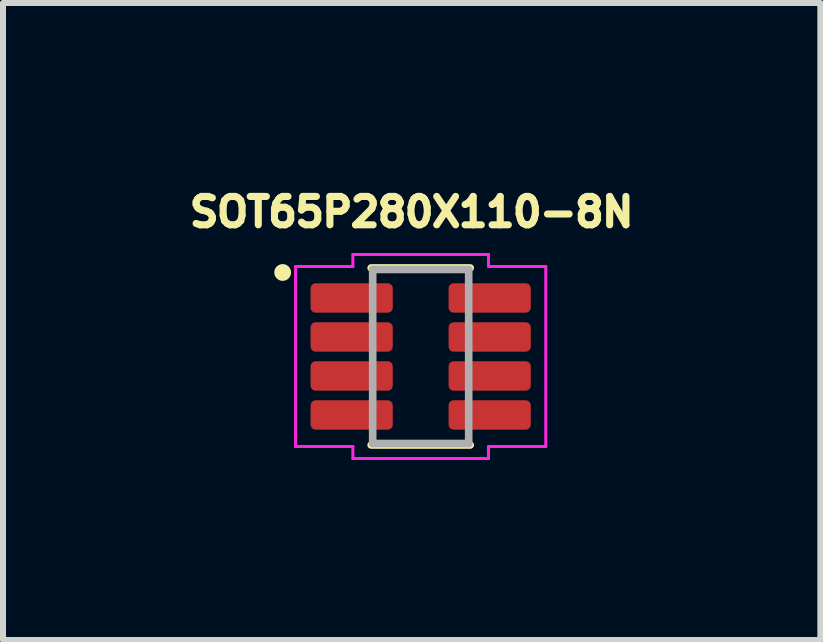
<source format=kicad_pcb>
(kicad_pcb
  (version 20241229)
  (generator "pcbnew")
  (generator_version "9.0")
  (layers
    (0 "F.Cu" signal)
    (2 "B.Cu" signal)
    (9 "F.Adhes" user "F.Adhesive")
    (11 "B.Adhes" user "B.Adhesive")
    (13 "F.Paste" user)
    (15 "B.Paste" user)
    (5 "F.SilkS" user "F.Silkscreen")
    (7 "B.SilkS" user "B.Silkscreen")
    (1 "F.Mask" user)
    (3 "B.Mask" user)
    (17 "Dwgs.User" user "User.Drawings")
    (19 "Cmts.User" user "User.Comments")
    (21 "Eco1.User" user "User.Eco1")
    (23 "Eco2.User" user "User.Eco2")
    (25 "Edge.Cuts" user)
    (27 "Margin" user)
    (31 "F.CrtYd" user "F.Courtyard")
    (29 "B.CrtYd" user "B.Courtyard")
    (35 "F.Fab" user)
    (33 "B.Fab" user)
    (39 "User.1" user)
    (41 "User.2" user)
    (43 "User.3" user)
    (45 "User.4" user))
  (footprint "SOT65P280X110-8N"
    (layer "F.Cu")
    (at 3.961 2.891)
    (property "Reference" "SOT65P280X110-8N" (at -0.15 -2.407 0) (layer "F.SilkS") (effects (font (size 0.473 0.473) (thickness 0.15))))
    (attr through_hole)
    (fp_line (start -0.825 -1.475) (end 0.825 -1.475) (stroke (width 0.127) (type solid)) (layer "F.SilkS"))
    (fp_line (start -0.825 1.475) (end 0.825 1.475) (stroke (width 0.127) (type solid)) (layer "F.SilkS"))
    (fp_circle (center -2.3 -1.4) (end -2.23 -1.4) (stroke (width 0.14) (type solid)) (fill no) (layer "F.SilkS"))
    (fp_line (start -2.085 -1.5) (end -2.085 1.5) (stroke (width 0.05) (type solid)) (layer "F.CrtYd"))
    (fp_line (start -2.085 1.5) (end -1.13 1.5) (stroke (width 0.05) (type solid)) (layer "F.CrtYd"))
    (fp_line (start -1.13 -1.7) (end -1.13 -1.5) (stroke (width 0.05) (type solid)) (layer "F.CrtYd"))
    (fp_line (start -1.13 -1.5) (end -2.085 -1.5) (stroke (width 0.05) (type solid)) (layer "F.CrtYd"))
    (fp_line (start -1.13 1.5) (end -1.13 1.7) (stroke (width 0.05) (type solid)) (layer "F.CrtYd"))
    (fp_line (start -1.13 1.7) (end 1.13 1.7) (stroke (width 0.05) (type solid)) (layer "F.CrtYd"))
    (fp_line (start 1.13 -1.7) (end -1.13 -1.7) (stroke (width 0.05) (type solid)) (layer "F.CrtYd"))
    (fp_line (start 1.13 -1.5) (end 1.13 -1.7) (stroke (width 0.05) (type solid)) (layer "F.CrtYd"))
    (fp_line (start 1.13 1.5) (end 2.085 1.5) (stroke (width 0.05) (type solid)) (layer "F.CrtYd"))
    (fp_line (start 1.13 1.7) (end 1.13 1.5) (stroke (width 0.05) (type solid)) (layer "F.CrtYd"))
    (fp_line (start 2.085 -1.5) (end 1.13 -1.5) (stroke (width 0.05) (type solid)) (layer "F.CrtYd"))
    (fp_line (start 2.085 1.5) (end 2.085 -1.5) (stroke (width 0.05) (type solid)) (layer "F.CrtYd"))
    (fp_line (start -0.8 -1.45) (end -0.8 1.45) (stroke (width 0.127) (type solid)) (layer "F.Fab"))
    (fp_line (start -0.8 1.45) (end 0.8 1.45) (stroke (width 0.127) (type solid)) (layer "F.Fab"))
    (fp_line (start 0.8 -1.45) (end -0.8 -1.45) (stroke (width 0.127) (type solid)) (layer "F.Fab"))
    (fp_line (start 0.8 1.45) (end 0.8 -1.45) (stroke (width 0.127) (type solid)) (layer "F.Fab"))
    (pad "1" smd roundrect (at -1.15 -0.975) (size 1.37 0.49) (layers "F.Cu" "F.Mask" "F.Paste") (roundrect_rratio 0.17))
    (pad "2" smd roundrect (at -1.15 -0.325) (size 1.37 0.49) (layers "F.Cu" "F.Mask" "F.Paste") (roundrect_rratio 0.17))
    (pad "3" smd roundrect (at -1.15 0.325) (size 1.37 0.49) (layers "F.Cu" "F.Mask" "F.Paste") (roundrect_rratio 0.17))
    (pad "4" smd roundrect (at -1.15 0.975) (size 1.37 0.49) (layers "F.Cu" "F.Mask" "F.Paste") (roundrect_rratio 0.17))
    (pad "5" smd roundrect (at 1.15 0.975) (size 1.37 0.49) (layers "F.Cu" "F.Mask" "F.Paste") (roundrect_rratio 0.17))
    (pad "6" smd roundrect (at 1.15 0.325) (size 1.37 0.49) (layers "F.Cu" "F.Mask" "F.Paste") (roundrect_rratio 0.17))
    (pad "7" smd roundrect (at 1.15 -0.325) (size 1.37 0.49) (layers "F.Cu" "F.Mask" "F.Paste") (roundrect_rratio 0.17))
    (pad "8" smd roundrect (at 1.15 -0.975) (size 1.37 0.49) (layers "F.Cu" "F.Mask" "F.Paste") (roundrect_rratio 0.17)))
  (gr_rect
    (start -3 -3)
    (end 10.622 7.616)
    (stroke (width 0.1) (type default))
    (fill no)
    (layer "Edge.Cuts")))
</source>
